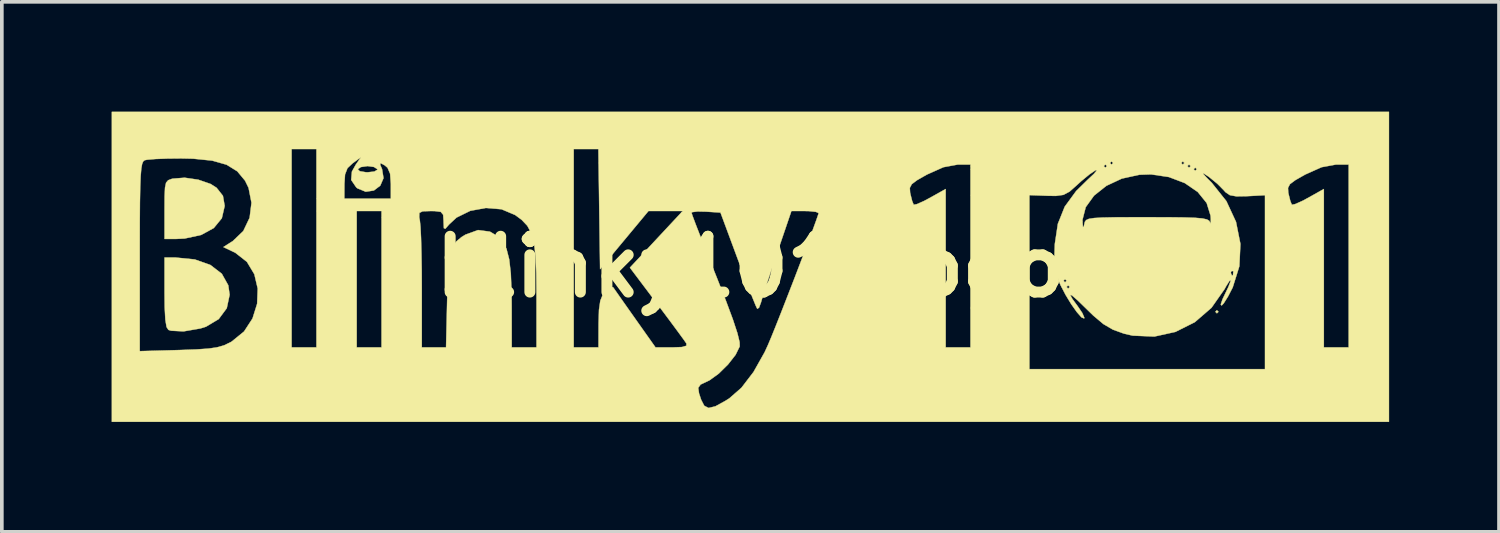
<source format=kicad_pcb>
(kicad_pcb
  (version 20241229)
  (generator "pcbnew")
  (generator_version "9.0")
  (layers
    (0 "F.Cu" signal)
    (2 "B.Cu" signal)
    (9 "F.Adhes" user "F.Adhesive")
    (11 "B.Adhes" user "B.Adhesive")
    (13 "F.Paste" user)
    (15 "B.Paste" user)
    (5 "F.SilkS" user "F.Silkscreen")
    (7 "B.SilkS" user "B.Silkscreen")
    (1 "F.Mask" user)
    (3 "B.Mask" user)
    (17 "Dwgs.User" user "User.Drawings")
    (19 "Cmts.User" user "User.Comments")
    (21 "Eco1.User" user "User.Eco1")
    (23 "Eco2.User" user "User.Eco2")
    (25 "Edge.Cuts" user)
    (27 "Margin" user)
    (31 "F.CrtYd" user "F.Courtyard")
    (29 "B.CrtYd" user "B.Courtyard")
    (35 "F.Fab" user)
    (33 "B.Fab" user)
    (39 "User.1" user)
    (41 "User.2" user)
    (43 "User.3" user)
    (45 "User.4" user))
  (footprint "blinky101_logo"
    (layer "F.Cu")
    (at 17.446 4.238)
    (property "Reference" "blinky101_logo" (at 0 0 0) (layer "F.SilkS") (effects (font (size 1.524 1.524) (thickness 0.3))))
    (attr through_hole)
    (fp_poly (pts (xy 12.785 1.228) (xy 12.742 1.27) (xy 12.7 1.228) (xy 12.742 1.185) (xy 12.785 1.228)) (stroke (width 0.01) (type solid)) (fill yes) (layer "F.SilkS"))
    (fp_poly (pts (xy -15.174 -0.201) (xy -14.748 -0.05) (xy -14.438 0.189) (xy -14.261 0.505) (xy -14.224 0.762) (xy -14.302 1.13) (xy -14.523 1.428) (xy -14.869 1.635) (xy -15.022 1.683) (xy -15.482 1.763) (xy -15.823 1.745) (xy -15.896 1.722) (xy -15.947 1.643) (xy -15.98 1.442) (xy -15.998 1.103) (xy -16.002 0.713) (xy -16.002 -0.254) (xy -15.701 -0.254) (xy -15.174 -0.201)) (stroke (width 0.01) (type solid)) (fill yes) (layer "F.SilkS"))
    (fp_poly (pts (xy -15.081 -2.38) (xy -14.745 -2.264) (xy -14.58 -2.159) (xy -14.407 -1.939) (xy -14.359 -1.664) (xy -14.437 -1.328) (xy -14.656 -1.06) (xy -15.001 -0.871) (xy -15.453 -0.773) (xy -15.684 -0.762) (xy -16.002 -0.762) (xy -16.002 -1.557) (xy -16 -1.928) (xy -15.989 -2.163) (xy -15.96 -2.298) (xy -15.903 -2.365) (xy -15.811 -2.4) (xy -15.781 -2.408) (xy -15.452 -2.434) (xy -15.081 -2.38)) (stroke (width 0.01) (type solid)) (fill yes) (layer "F.SilkS"))
    (fp_poly (pts (xy 17.441 4.233) (xy -17.441 4.233) (xy -17.441 -0.279) (xy -16.679 -0.279) (xy -16.679 2.303) (xy -15.6 2.273) (xy -15.135 2.256) (xy -14.801 2.233) (xy -14.561 2.198) (xy -14.376 2.144) (xy -14.209 2.064) (xy -14.17 2.043) (xy -13.831 1.767) (xy -13.599 1.411) (xy -13.473 1.009) (xy -13.457 0.594) (xy -13.549 0.202) (xy -13.752 -0.136) (xy -14.067 -0.383) (xy -14.097 -0.398) (xy -14.395 -0.54) (xy -14.137 -0.704) (xy -13.851 -0.978) (xy -13.678 -1.341) (xy -13.627 -1.75) (xy -13.707 -2.158) (xy -13.803 -2.354) (xy -14.015 -2.609) (xy -14.306 -2.789) (xy -14.701 -2.901) (xy -15.222 -2.954) (xy -15.551 -2.961) (xy -15.928 -2.957) (xy -16.25 -2.945) (xy -16.474 -2.926) (xy -16.545 -2.912) (xy -16.584 -2.881) (xy -16.614 -2.81) (xy -16.637 -2.681) (xy -16.654 -2.476) (xy -16.666 -2.178) (xy -16.674 -1.769) (xy -16.678 -1.232) (xy -16.679 -0.55) (xy -16.679 -0.279) (xy -17.441 -0.279) (xy -17.441 -3.217) (xy -12.531 -3.217) (xy -12.531 2.201) (xy -11.853 2.201) (xy -11.853 -1.524) (xy -10.753 -1.524) (xy -10.753 2.201) (xy -10.075 2.201) (xy -10.075 -1.355) (xy -9.046 -1.355) (xy -9.028 -1.259) (xy -9.011 -1.092) (xy -8.996 -0.787) (xy -8.985 -0.378) (xy -8.977 0.105) (xy -8.975 0.603) (xy -8.975 2.201) (xy -8.313 2.201) (xy -8.283 0.91) (xy -8.267 0.362) (xy -8.242 -0.045) (xy -8.199 -0.338) (xy -8.132 -0.545) (xy -8.033 -0.693) (xy -7.894 -0.81) (xy -7.783 -0.879) (xy -7.439 -1.004) (xy -7.114 -0.961) (xy -6.915 -0.843) (xy -6.768 -0.692) (xy -6.661 -0.488) (xy -6.588 -0.204) (xy -6.544 0.183) (xy -6.523 0.699) (xy -6.52 1.079) (xy -6.519 2.201) (xy -5.842 2.201) (xy -5.842 0.783) (xy -5.848 0.168) (xy -5.869 -0.304) (xy -5.912 -0.658) (xy -5.985 -0.923) (xy -6.094 -1.122) (xy -6.246 -1.283) (xy -6.426 -1.416) (xy -6.799 -1.573) (xy -7.225 -1.608) (xy -7.651 -1.53) (xy -8.026 -1.346) (xy -8.232 -1.155) (xy -8.332 -1.04) (xy -8.372 -1.055) (xy -8.38 -1.219) (xy -8.38 -1.249) (xy -8.392 -1.423) (xy -8.458 -1.502) (xy -8.626 -1.523) (xy -8.731 -1.524) (xy -8.951 -1.517) (xy -9.042 -1.473) (xy -9.046 -1.355) (xy -10.075 -1.355) (xy -10.075 -1.524) (xy -10.753 -1.524) (xy -11.853 -1.524) (xy -11.853 -1.863) (xy -11.091 -1.863) (xy -9.821 -1.863) (xy -9.821 -2.266) (xy -9.841 -2.544) (xy -9.911 -2.706) (xy -9.989 -2.773) (xy -10.102 -2.834) (xy -10.111 -2.786) (xy -10.061 -2.67) (xy -10.021 -2.423) (xy -10.109 -2.218) (xy -10.284 -2.085) (xy -10.507 -2.051) (xy -10.735 -2.145) (xy -10.767 -2.172) (xy -10.904 -2.373) (xy -10.884 -2.602) (xy -10.848 -2.667) (xy -10.724 -2.667) (xy -10.67 -2.612) (xy -10.499 -2.583) (xy -10.456 -2.582) (xy -10.269 -2.603) (xy -10.187 -2.655) (xy -10.188 -2.667) (xy -10.284 -2.728) (xy -10.456 -2.752) (xy -10.639 -2.725) (xy -10.724 -2.667) (xy -10.848 -2.667) (xy -10.779 -2.791) (xy -10.636 -2.995) (xy -10.861 -2.831) (xy -11.005 -2.696) (xy -11.072 -2.523) (xy -11.089 -2.265) (xy -11.091 -1.863) (xy -11.853 -1.863) (xy -11.853 -3.217) (xy -4.826 -3.217) (xy -4.826 2.201) (xy -4.149 2.201) (xy -4.147 1.545) (xy -4.136 1.175) (xy -4.1 0.927) (xy -4.03 0.753) (xy -3.978 0.677) (xy -3.834 0.541) (xy -3.747 0.561) (xy -3.674 0.666) (xy -3.527 0.876) (xy -3.327 1.16) (xy -3.137 1.429) (xy -2.591 2.201) (xy -2.137 2.201) (xy -1.87 2.191) (xy -1.749 2.156) (xy -1.747 2.095) (xy -1.818 1.993) (xy -1.972 1.782) (xy -2.187 1.491) (xy -2.445 1.146) (xy -2.55 1.006) (xy -3.291 0.022) (xy -1.892 -1.478) (xy -1.609 -1.478) (xy -1.578 -1.386) (xy -1.494 -1.161) (xy -1.364 -0.827) (xy -1.197 -0.406) (xy -1.004 0.078) (xy -0.925 0.275) (xy -0.667 0.929) (xy -0.478 1.438) (xy -0.355 1.812) (xy -0.295 2.058) (xy -0.292 2.173) (xy -0.404 2.402) (xy -0.611 2.667) (xy -0.865 2.917) (xy -1.115 3.098) (xy -1.186 3.133) (xy -1.359 3.214) (xy -1.425 3.304) (xy -1.403 3.457) (xy -1.345 3.631) (xy -1.261 3.795) (xy -1.141 3.855) (xy -0.956 3.81) (xy -0.678 3.657) (xy -0.577 3.593) (xy -0.244 3.302) (xy 0.085 2.872) (xy 0.39 2.33) (xy 0.475 2.145) (xy 0.567 1.928) (xy 0.697 1.606) (xy 0.855 1.207) (xy 1.03 0.758) (xy 1.213 0.287) (xy 1.391 -0.179) (xy 1.555 -0.612) (xy 1.694 -0.984) (xy 1.797 -1.268) (xy 1.855 -1.436) (xy 1.863 -1.469) (xy 1.787 -1.502) (xy 1.596 -1.522) (xy 1.491 -1.524) (xy 1.12 -1.524) (xy 0.733 -0.388) (xy 0.588 0.041) (xy 0.459 0.43) (xy 0.358 0.742) (xy 0.298 0.94) (xy 0.29 0.97) (xy 0.235 1.117) (xy 0.187 1.147) (xy 0.144 1.056) (xy 0.053 0.833) (xy -0.075 0.507) (xy -0.228 0.105) (xy -0.338 -0.191) (xy -0.817 -1.482) (xy -1.213 -1.507) (xy -1.445 -1.512) (xy -1.587 -1.494) (xy -1.609 -1.478) (xy -1.892 -1.478) (xy -1.849 -1.524) (xy -2.784 -1.524) (xy -3.445 -0.729) (xy -4.106 0.065) (xy -4.137 -2.157) (xy 4.354 -2.157) (xy 4.362 -2.027) (xy 4.37 -1.99) (xy 4.418 -1.798) (xy 4.46 -1.696) (xy 4.547 -1.712) (xy 4.734 -1.795) (xy 4.915 -1.891) (xy 5.334 -2.126) (xy 5.334 2.201) (xy 6.011 2.201) (xy 6.011 -1.959) (xy 7.62 -1.959) (xy 7.62 2.794) (xy 14.055 2.794) (xy 14.055 -1.956) (xy 13.568 -1.93) (xy 13.276 -1.925) (xy 13.097 -1.957) (xy 12.976 -2.039) (xy 12.929 -2.092) (xy 12.866 -2.157) (xy 14.684 -2.157) (xy 14.691 -2.027) (xy 14.699 -1.99) (xy 14.747 -1.798) (xy 14.789 -1.696) (xy 14.876 -1.712) (xy 15.064 -1.795) (xy 15.245 -1.891) (xy 15.663 -2.126) (xy 15.663 2.201) (xy 16.341 2.201) (xy 16.341 -2.794) (xy 15.996 -2.794) (xy 15.6 -2.721) (xy 15.149 -2.519) (xy 14.883 -2.367) (xy 14.737 -2.258) (xy 14.684 -2.157) (xy 12.866 -2.157) (xy 12.754 -2.269) (xy 12.53 -2.452) (xy 12.506 -2.469) (xy 12.38 -2.551) (xy 12.365 -2.541) (xy 12.465 -2.432) (xy 12.601 -2.296) (xy 13.001 -1.794) (xy 13.264 -1.227) (xy 13.384 -0.625) (xy 13.355 -0.017) (xy 13.174 0.561) (xy 13.045 0.811) (xy 12.929 0.995) (xy 12.872 1.057) (xy 12.847 1.028) (xy 12.894 0.887) (xy 12.948 0.774) (xy 13.053 0.554) (xy 13.113 0.397) (xy 13.12 0.363) (xy 13.083 0.387) (xy 12.996 0.526) (xy 12.95 0.61) (xy 12.594 1.118) (xy 12.138 1.512) (xy 11.609 1.777) (xy 11.033 1.904) (xy 10.44 1.879) (xy 10.202 1.824) (xy 9.901 1.715) (xy 9.641 1.563) (xy 9.364 1.33) (xy 9.216 1.186) (xy 8.943 0.92) (xy 8.782 0.78) (xy 8.733 0.766) (xy 8.795 0.878) (xy 8.941 1.077) (xy 9.066 1.262) (xy 9.12 1.388) (xy 9.116 1.41) (xy 9.043 1.38) (xy 8.917 1.237) (xy 8.762 1.018) (xy 8.606 0.761) (xy 8.497 0.55) (xy 8.636 0.55) (xy 8.678 0.593) (xy 8.721 0.55) (xy 8.678 0.508) (xy 8.636 0.55) (xy 8.497 0.55) (xy 8.472 0.503) (xy 8.42 0.381) (xy 8.551 0.381) (xy 8.594 0.423) (xy 8.636 0.381) (xy 8.594 0.339) (xy 8.551 0.381) (xy 8.42 0.381) (xy 8.418 0.375) (xy 8.361 0.169) (xy 13.123 0.169) (xy 13.154 0.239) (xy 13.18 0.226) (xy 13.19 0.125) (xy 13.18 0.113) (xy 13.129 0.125) (xy 13.123 0.169) (xy 8.361 0.169) (xy 8.332 0.065) (xy 8.304 -0.298) (xy 8.315 -0.625) (xy 8.398 -1.176) (xy 8.444 -1.289) (xy 9.071 -1.289) (xy 9.071 -1.236) (xy 9.083 -1.084) (xy 9.103 -1.094) (xy 9.119 -1.164) (xy 9.135 -1.229) (xy 9.171 -1.277) (xy 9.248 -1.311) (xy 9.39 -1.333) (xy 9.618 -1.346) (xy 9.954 -1.353) (xy 10.422 -1.355) (xy 10.837 -1.355) (xy 11.414 -1.354) (xy 11.843 -1.349) (xy 12.148 -1.339) (xy 12.349 -1.321) (xy 12.47 -1.294) (xy 12.532 -1.257) (xy 12.557 -1.206) (xy 12.574 -1.186) (xy 12.575 -1.307) (xy 12.569 -1.397) (xy 12.462 -1.743) (xy 12.218 -2.045) (xy 11.864 -2.288) (xy 11.429 -2.453) (xy 10.943 -2.525) (xy 10.623 -2.515) (xy 10.145 -2.41) (xy 9.723 -2.213) (xy 9.386 -1.945) (xy 9.159 -1.63) (xy 9.071 -1.289) (xy 8.444 -1.289) (xy 8.585 -1.643) (xy 8.898 -2.071) (xy 9.206 -2.374) (xy 9.382 -2.539) (xy 9.462 -2.634) (xy 9.431 -2.64) (xy 9.426 -2.637) (xy 9.258 -2.523) (xy 9.036 -2.34) (xy 8.918 -2.232) (xy 8.718 -2.055) (xy 8.551 -1.966) (xy 8.344 -1.937) (xy 8.107 -1.941) (xy 7.62 -1.959) (xy 6.011 -1.959) (xy 6.011 -2.667) (xy 12.107 -2.667) (xy 12.15 -2.625) (xy 12.192 -2.667) (xy 12.15 -2.709) (xy 12.107 -2.667) (xy 6.011 -2.667) (xy 6.011 -2.752) (xy 9.652 -2.752) (xy 9.694 -2.709) (xy 9.737 -2.752) (xy 11.938 -2.752) (xy 11.98 -2.709) (xy 12.023 -2.752) (xy 11.98 -2.794) (xy 11.938 -2.752) (xy 9.737 -2.752) (xy 9.694 -2.794) (xy 9.652 -2.752) (xy 6.011 -2.752) (xy 6.011 -2.794) (xy 5.667 -2.794) (xy 5.271 -2.721) (xy 4.819 -2.519) (xy 4.553 -2.367) (xy 4.408 -2.258) (xy 4.354 -2.157) (xy -4.137 -2.157) (xy -4.147 -2.836) (xy 9.821 -2.836) (xy 9.864 -2.794) (xy 9.906 -2.836) (xy 11.769 -2.836) (xy 11.811 -2.794) (xy 11.853 -2.836) (xy 11.811 -2.879) (xy 11.769 -2.836) (xy 9.906 -2.836) (xy 9.864 -2.879) (xy 9.821 -2.836) (xy -4.147 -2.836) (xy -4.152 -3.217) (xy -4.826 -3.217) (xy -11.853 -3.217) (xy -12.531 -3.217) (xy -17.441 -3.217) (xy -17.441 -4.233) (xy 17.441 -4.233) (xy 17.441 4.233)) (stroke (width 0.01) (type solid)) (fill yes) (layer "F.SilkS")))
  (gr_rect
    (start -3 -3)
    (end 37.893 11.477)
    (stroke (width 0.1) (type default))
    (fill no)
    (layer "Edge.Cuts")))
</source>
